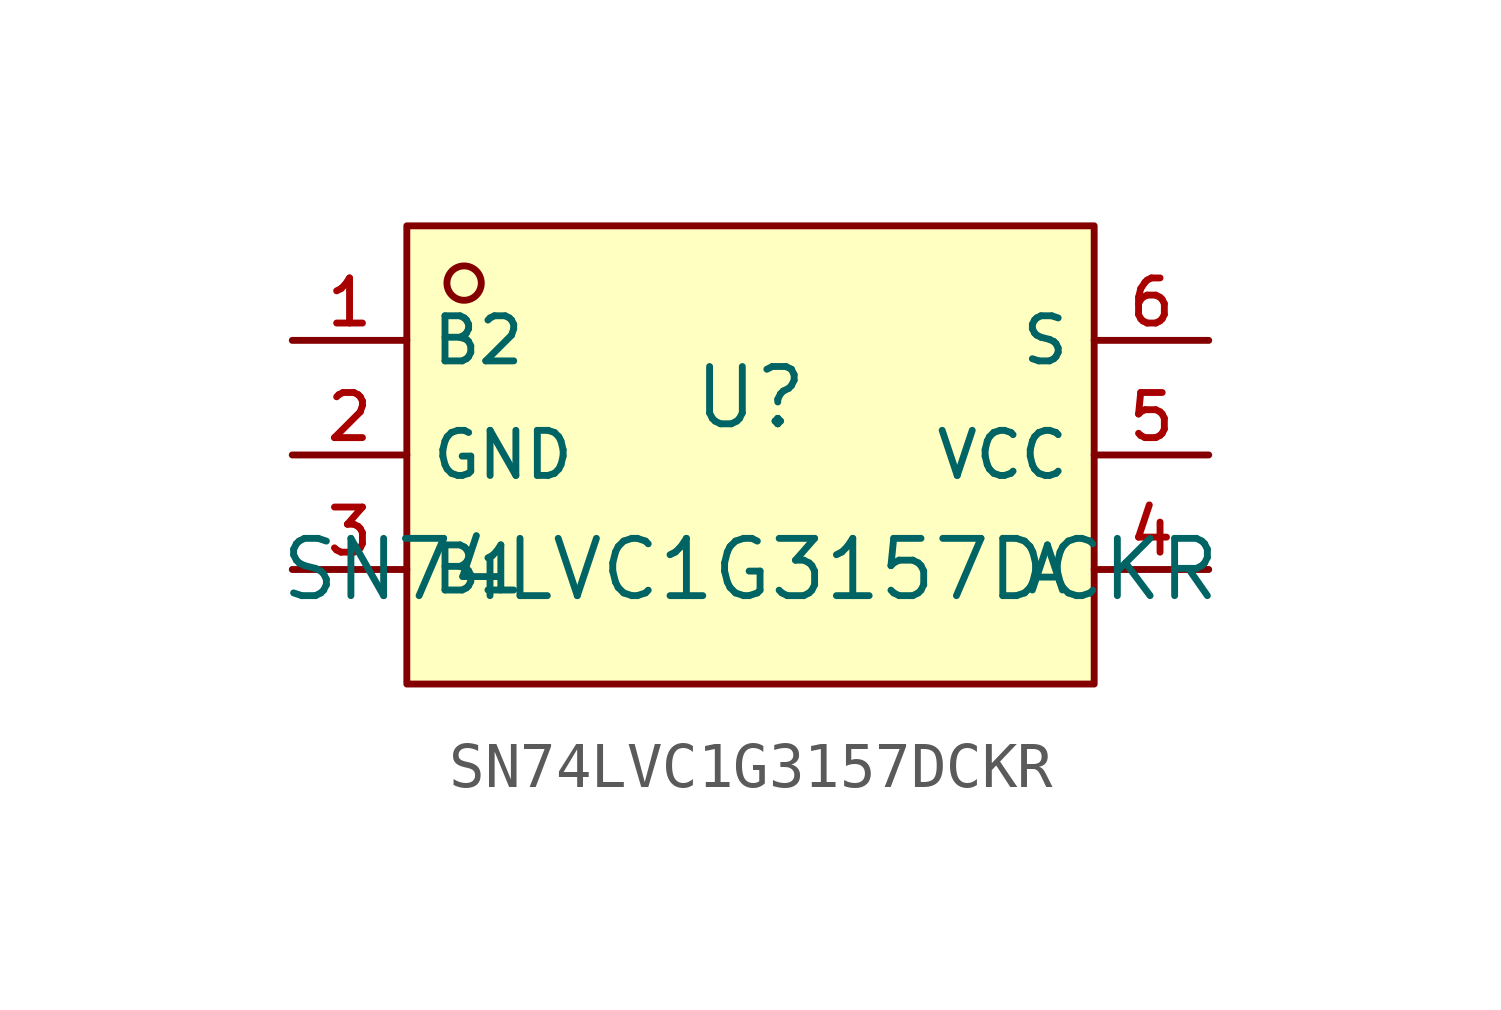
<source format=kicad_sym>
(kicad_symbol_lib
  (version 20210201)
  (generator TousstNicolas/JLC2KiCad_lib)
  (symbol "SN74LVC1G3157DCKR"
    (property "Reference" "U"
      (at 0 1.27 0)
      (effects (font (size 1.27 1.27))))
    (property "Value" "SN74LVC1G3157DCKR"
      (at 0 -2.54 0)
      (effects (font (size 1.27 1.27))))
    (symbol "SN74LVC1G3157DCKR_0_1"
      (rectangle (start -7.62 5.08) (end 7.62 -5.08) (stroke (width 0) (type default) (color 0 0 0 0)) (fill (type background)))
      (circle (center -6.35 3.81) (radius 0.381) (stroke (width 0) (type default) (color 0 0 0 0)) (fill (type background)))
      (pin unspecified line (at -10.16 2.54 0) (length 2.54) (name "B2" (effects (font (size 1 1)))) (number "1" (effects (font (size 1 1)))))
      (pin unspecified line (at -10.16 -0.0 0) (length 2.54) (name "GND" (effects (font (size 1 1)))) (number "2" (effects (font (size 1 1)))))
      (pin unspecified line (at -10.16 -2.54 0) (length 2.54) (name "B1" (effects (font (size 1 1)))) (number "3" (effects (font (size 1 1)))))
      (pin unspecified line (at 10.16 -2.54 180) (length 2.54) (name "A" (effects (font (size 1 1)))) (number "4" (effects (font (size 1 1)))))
      (pin unspecified line (at 10.16 -0.0 180) (length 2.54) (name "VCC" (effects (font (size 1 1)))) (number "5" (effects (font (size 1 1)))))
      (pin unspecified line (at 10.16 2.54 180) (length 2.54) (name "S" (effects (font (size 1 1)))) (number "6" (effects (font (size 1 1))))))))
</source>
